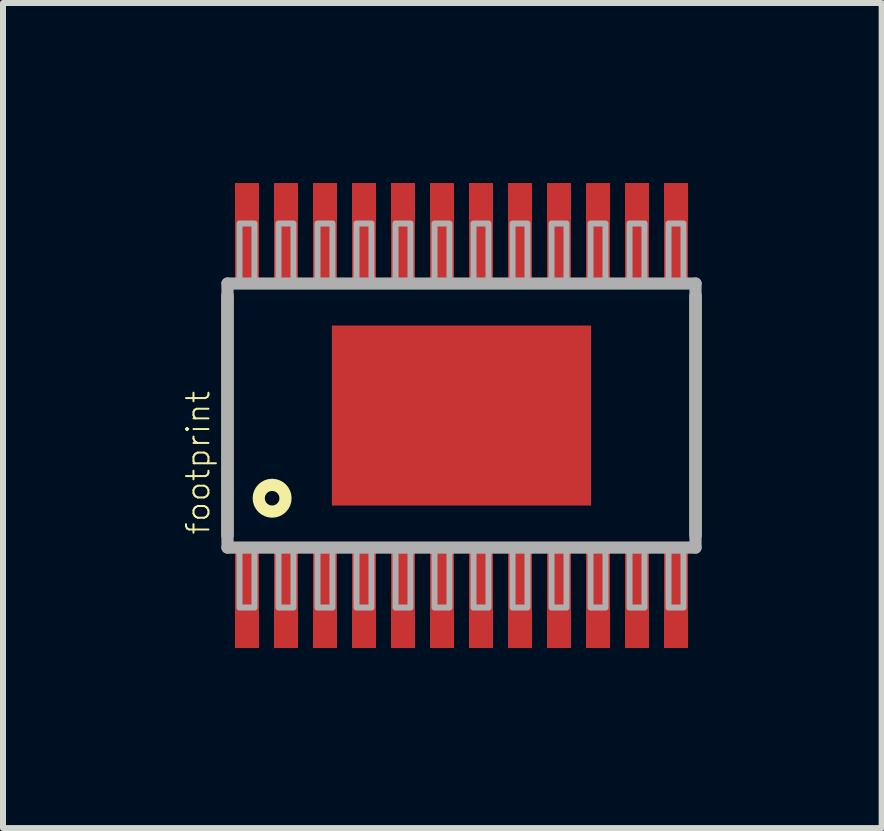
<source format=kicad_pcb>
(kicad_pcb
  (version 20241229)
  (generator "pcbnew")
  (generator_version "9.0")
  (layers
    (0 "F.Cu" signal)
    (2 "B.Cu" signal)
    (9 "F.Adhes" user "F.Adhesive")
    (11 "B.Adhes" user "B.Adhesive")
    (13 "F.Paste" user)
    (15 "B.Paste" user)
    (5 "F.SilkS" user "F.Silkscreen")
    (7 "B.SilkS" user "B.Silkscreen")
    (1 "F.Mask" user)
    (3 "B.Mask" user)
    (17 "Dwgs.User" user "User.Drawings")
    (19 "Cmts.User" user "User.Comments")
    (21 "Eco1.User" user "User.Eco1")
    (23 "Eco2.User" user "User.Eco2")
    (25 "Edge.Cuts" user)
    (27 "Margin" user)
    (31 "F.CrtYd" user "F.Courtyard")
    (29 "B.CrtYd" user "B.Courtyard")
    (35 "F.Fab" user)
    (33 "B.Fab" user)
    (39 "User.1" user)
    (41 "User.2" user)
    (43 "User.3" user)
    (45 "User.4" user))
  (footprint "footprint"
    (layer "F.Cu")
    (at 4.641 3.875)
    (property "Reference" "footprint" (at -4.17 2.01 90) (layer "F.SilkS") (effects (font (size 0.374 0.374) (thickness 0.033)) (justify left bottom)))
    (fp_line (start -3.9 2) (end -3.9 -2) (stroke (width 0.203) (type solid)) (layer "F.SilkS"))
    (fp_line (start 3.9 -2) (end 3.9 2) (stroke (width 0.203) (type solid)) (layer "F.SilkS"))
    (fp_circle (center -3.156 1.378) (end -2.933 1.378) (stroke (width 0.203) (type solid)) (fill no) (layer "F.SilkS"))
    (fp_line (start -3.9 -2.2) (end 3.9 -2.2) (stroke (width 0.203) (type solid)) (layer "F.Fab"))
    (fp_line (start -3.9 2.2) (end -3.9 -2.2) (stroke (width 0.203) (type solid)) (layer "F.Fab"))
    (fp_line (start 3.9 -2.2) (end 3.9 2.2) (stroke (width 0.203) (type solid)) (layer "F.Fab"))
    (fp_line (start 3.9 2.2) (end -3.9 2.2) (stroke (width 0.203) (type solid)) (layer "F.Fab"))
    (fp_poly (pts (xy -3.7 -2.2) (xy -3.45 -2.2) (xy -3.45 -3.2) (xy -3.7 -3.2)) (stroke (width 0.1) (type solid)) (fill no) (layer "F.Fab"))
    (fp_poly (pts (xy -3.7 3.2) (xy -3.45 3.2) (xy -3.45 2.2) (xy -3.7 2.2)) (stroke (width 0.1) (type solid)) (fill no) (layer "F.Fab"))
    (fp_poly (pts (xy -3.05 -2.2) (xy -2.8 -2.2) (xy -2.8 -3.2) (xy -3.05 -3.2)) (stroke (width 0.1) (type solid)) (fill no) (layer "F.Fab"))
    (fp_poly (pts (xy -3.05 3.2) (xy -2.8 3.2) (xy -2.8 2.2) (xy -3.05 2.2)) (stroke (width 0.1) (type solid)) (fill no) (layer "F.Fab"))
    (fp_poly (pts (xy -2.4 -2.2) (xy -2.15 -2.2) (xy -2.15 -3.2) (xy -2.4 -3.2)) (stroke (width 0.1) (type solid)) (fill no) (layer "F.Fab"))
    (fp_poly (pts (xy -2.4 3.2) (xy -2.15 3.2) (xy -2.15 2.2) (xy -2.4 2.2)) (stroke (width 0.1) (type solid)) (fill no) (layer "F.Fab"))
    (fp_poly (pts (xy -1.75 -2.2) (xy -1.5 -2.2) (xy -1.5 -3.2) (xy -1.75 -3.2)) (stroke (width 0.1) (type solid)) (fill no) (layer "F.Fab"))
    (fp_poly (pts (xy -1.75 3.2) (xy -1.5 3.2) (xy -1.5 2.2) (xy -1.75 2.2)) (stroke (width 0.1) (type solid)) (fill no) (layer "F.Fab"))
    (fp_poly (pts (xy -1.1 -2.2) (xy -0.85 -2.2) (xy -0.85 -3.2) (xy -1.1 -3.2)) (stroke (width 0.1) (type solid)) (fill no) (layer "F.Fab"))
    (fp_poly (pts (xy -1.1 3.2) (xy -0.85 3.2) (xy -0.85 2.2) (xy -1.1 2.2)) (stroke (width 0.1) (type solid)) (fill no) (layer "F.Fab"))
    (fp_poly (pts (xy -0.45 -2.2) (xy -0.2 -2.2) (xy -0.2 -3.2) (xy -0.45 -3.2)) (stroke (width 0.1) (type solid)) (fill no) (layer "F.Fab"))
    (fp_poly (pts (xy -0.45 3.2) (xy -0.2 3.2) (xy -0.2 2.2) (xy -0.45 2.2)) (stroke (width 0.1) (type solid)) (fill no) (layer "F.Fab"))
    (fp_poly (pts (xy 0.2 -2.2) (xy 0.45 -2.2) (xy 0.45 -3.2) (xy 0.2 -3.2)) (stroke (width 0.1) (type solid)) (fill no) (layer "F.Fab"))
    (fp_poly (pts (xy 0.2 3.2) (xy 0.45 3.2) (xy 0.45 2.2) (xy 0.2 2.2)) (stroke (width 0.1) (type solid)) (fill no) (layer "F.Fab"))
    (fp_poly (pts (xy 0.85 -2.2) (xy 1.1 -2.2) (xy 1.1 -3.2) (xy 0.85 -3.2)) (stroke (width 0.1) (type solid)) (fill no) (layer "F.Fab"))
    (fp_poly (pts (xy 0.85 3.2) (xy 1.1 3.2) (xy 1.1 2.2) (xy 0.85 2.2)) (stroke (width 0.1) (type solid)) (fill no) (layer "F.Fab"))
    (fp_poly (pts (xy 1.5 -2.2) (xy 1.75 -2.2) (xy 1.75 -3.2) (xy 1.5 -3.2)) (stroke (width 0.1) (type solid)) (fill no) (layer "F.Fab"))
    (fp_poly (pts (xy 1.5 3.2) (xy 1.75 3.2) (xy 1.75 2.2) (xy 1.5 2.2)) (stroke (width 0.1) (type solid)) (fill no) (layer "F.Fab"))
    (fp_poly (pts (xy 2.15 -2.2) (xy 2.4 -2.2) (xy 2.4 -3.2) (xy 2.15 -3.2)) (stroke (width 0.1) (type solid)) (fill no) (layer "F.Fab"))
    (fp_poly (pts (xy 2.15 3.2) (xy 2.4 3.2) (xy 2.4 2.2) (xy 2.15 2.2)) (stroke (width 0.1) (type solid)) (fill no) (layer "F.Fab"))
    (fp_poly (pts (xy 2.8 -2.2) (xy 3.05 -2.2) (xy 3.05 -3.2) (xy 2.8 -3.2)) (stroke (width 0.1) (type solid)) (fill no) (layer "F.Fab"))
    (fp_poly (pts (xy 2.8 3.2) (xy 3.05 3.2) (xy 3.05 2.2) (xy 2.8 2.2)) (stroke (width 0.1) (type solid)) (fill no) (layer "F.Fab"))
    (fp_poly (pts (xy 3.45 -2.2) (xy 3.7 -2.2) (xy 3.7 -3.2) (xy 3.45 -3.2)) (stroke (width 0.1) (type solid)) (fill no) (layer "F.Fab"))
    (fp_poly (pts (xy 3.45 3.2) (xy 3.7 3.2) (xy 3.7 2.2) (xy 3.45 2.2)) (stroke (width 0.1) (type solid)) (fill no) (layer "F.Fab"))
    (pad "1" smd rect (at -3.575 3.05) (size 0.4 1.65) (layers "F.Cu" "F.Mask" "F.Paste"))
    (pad "2" smd rect (at -2.925 3.05) (size 0.4 1.65) (layers "F.Cu" "F.Mask" "F.Paste"))
    (pad "3" smd rect (at -2.275 3.05) (size 0.4 1.65) (layers "F.Cu" "F.Mask" "F.Paste"))
    (pad "4" smd rect (at -1.625 3.05) (size 0.4 1.65) (layers "F.Cu" "F.Mask" "F.Paste"))
    (pad "5" smd rect (at -0.975 3.05) (size 0.4 1.65) (layers "F.Cu" "F.Mask" "F.Paste"))
    (pad "6" smd rect (at -0.325 3.05) (size 0.4 1.65) (layers "F.Cu" "F.Mask" "F.Paste"))
    (pad "7" smd rect (at 0.325 3.05) (size 0.4 1.65) (layers "F.Cu" "F.Mask" "F.Paste"))
    (pad "8" smd rect (at 0.975 3.05) (size 0.4 1.65) (layers "F.Cu" "F.Mask" "F.Paste"))
    (pad "9" smd rect (at 1.625 3.05) (size 0.4 1.65) (layers "F.Cu" "F.Mask" "F.Paste"))
    (pad "10" smd rect (at 2.275 3.05) (size 0.4 1.65) (layers "F.Cu" "F.Mask" "F.Paste"))
    (pad "11" smd rect (at 2.925 3.05) (size 0.4 1.65) (layers "F.Cu" "F.Mask" "F.Paste"))
    (pad "12" smd rect (at 3.575 3.05) (size 0.4 1.65) (layers "F.Cu" "F.Mask" "F.Paste"))
    (pad "13" smd rect (at 3.575 -3.05 180) (size 0.4 1.65) (layers "F.Cu" "F.Mask" "F.Paste"))
    (pad "14" smd rect (at 2.925 -3.05 180) (size 0.4 1.65) (layers "F.Cu" "F.Mask" "F.Paste"))
    (pad "15" smd rect (at 2.275 -3.05) (size 0.4 1.65) (layers "F.Cu" "F.Mask" "F.Paste"))
    (pad "16" smd rect (at 1.625 -3.05) (size 0.4 1.65) (layers "F.Cu" "F.Mask" "F.Paste"))
    (pad "17" smd rect (at 0.975 -3.05) (size 0.4 1.65) (layers "F.Cu" "F.Mask" "F.Paste"))
    (pad "18" smd rect (at 0.325 -3.05) (size 0.4 1.65) (layers "F.Cu" "F.Mask" "F.Paste"))
    (pad "19" smd rect (at -0.325 -3.05) (size 0.4 1.65) (layers "F.Cu" "F.Mask" "F.Paste"))
    (pad "20" smd rect (at -0.975 -3.05) (size 0.4 1.65) (layers "F.Cu" "F.Mask" "F.Paste"))
    (pad "21" smd rect (at -1.625 -3.05) (size 0.4 1.65) (layers "F.Cu" "F.Mask" "F.Paste"))
    (pad "22" smd rect (at -2.275 -3.05) (size 0.4 1.65) (layers "F.Cu" "F.Mask" "F.Paste"))
    (pad "23" smd rect (at -2.925 -3.05) (size 0.4 1.65) (layers "F.Cu" "F.Mask" "F.Paste"))
    (pad "24" smd rect (at -3.575 -3.05) (size 0.4 1.65) (layers "F.Cu" "F.Mask" "F.Paste"))
    (pad "EP" smd rect (at 0 0 90) (size 3 4.32) (layers "F.Cu" "F.Mask" "F.Paste")))
  (gr_rect
    (start -3 -3)
    (end 11.643 10.75)
    (stroke (width 0.1) (type default))
    (fill no)
    (layer "Edge.Cuts")))
</source>
